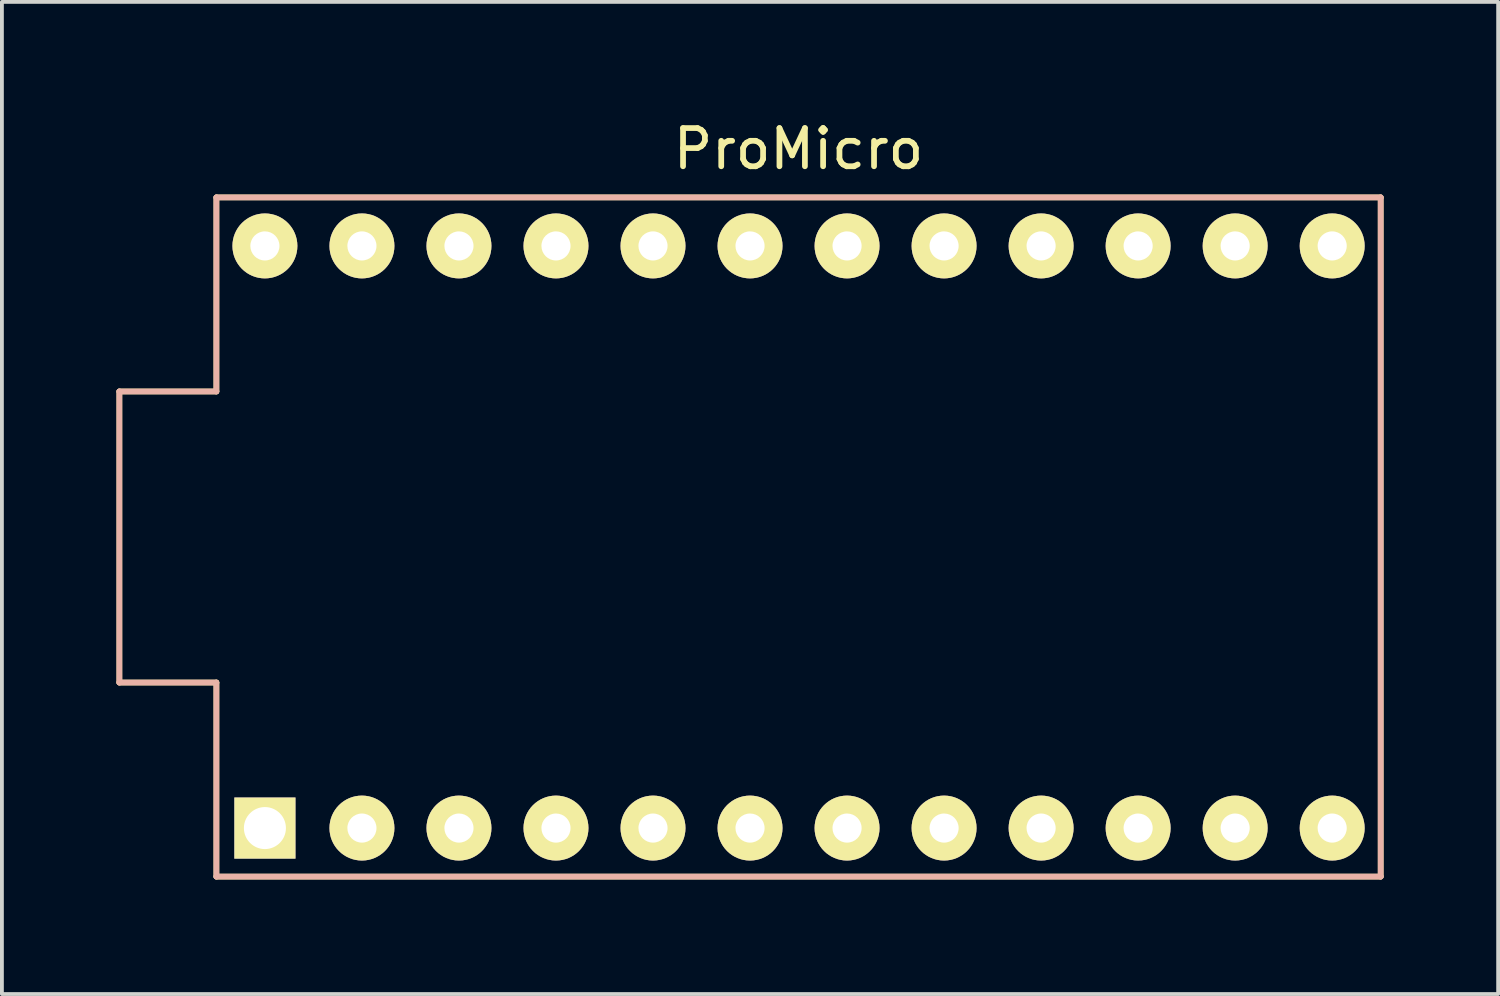
<source format=kicad_pcb>
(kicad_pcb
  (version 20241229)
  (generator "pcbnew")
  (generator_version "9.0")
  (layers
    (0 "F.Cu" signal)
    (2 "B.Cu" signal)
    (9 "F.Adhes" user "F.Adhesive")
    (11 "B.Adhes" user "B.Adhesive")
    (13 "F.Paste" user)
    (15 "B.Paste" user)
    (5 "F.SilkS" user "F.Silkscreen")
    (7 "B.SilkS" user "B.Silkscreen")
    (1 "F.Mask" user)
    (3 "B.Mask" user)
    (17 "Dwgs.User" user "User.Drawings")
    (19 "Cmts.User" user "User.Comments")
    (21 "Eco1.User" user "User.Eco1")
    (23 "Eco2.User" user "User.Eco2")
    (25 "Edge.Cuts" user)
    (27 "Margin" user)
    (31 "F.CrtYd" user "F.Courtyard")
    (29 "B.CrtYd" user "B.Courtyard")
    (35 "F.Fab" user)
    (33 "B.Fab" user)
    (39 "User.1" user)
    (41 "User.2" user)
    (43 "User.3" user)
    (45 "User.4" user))
  (footprint "ProMicro"
    (layer "F.Cu")
    (at 17.855 11.008)
    (property "Reference" "ProMicro" (at 0 -10.16 0) (layer "F.SilkS") (effects (font (size 1 1) (thickness 0.15))))
    (attr through_hole)
    (fp_line (start -17.78 -3.81) (end -15.24 -3.81) (stroke (width 0.15) (type solid)) (layer "F.SilkS"))
    (fp_line (start -17.78 3.81) (end -17.78 -3.81) (stroke (width 0.15) (type solid)) (layer "F.SilkS"))
    (fp_line (start -15.24 -8.89) (end 15.24 -8.89) (stroke (width 0.15) (type solid)) (layer "F.SilkS"))
    (fp_line (start -15.24 -3.81) (end -15.24 -8.89) (stroke (width 0.15) (type solid)) (layer "F.SilkS"))
    (fp_line (start -15.24 3.81) (end -17.78 3.81) (stroke (width 0.15) (type solid)) (layer "F.SilkS"))
    (fp_line (start -15.24 8.89) (end -15.24 3.81) (stroke (width 0.15) (type solid)) (layer "F.SilkS"))
    (fp_line (start -15.24 8.89) (end 15.24 8.89) (stroke (width 0.15) (type solid)) (layer "F.SilkS"))
    (fp_line (start 15.24 -8.89) (end 15.24 8.89) (stroke (width 0.15) (type solid)) (layer "F.SilkS"))
    (fp_line (start -17.78 -3.81) (end -15.24 -3.81) (stroke (width 0.15) (type solid)) (layer "B.SilkS"))
    (fp_line (start -17.78 3.81) (end -17.78 -3.81) (stroke (width 0.15) (type solid)) (layer "B.SilkS"))
    (fp_line (start -15.24 -8.89) (end 15.24 -8.89) (stroke (width 0.15) (type solid)) (layer "B.SilkS"))
    (fp_line (start -15.24 -3.81) (end -15.24 -8.89) (stroke (width 0.15) (type solid)) (layer "B.SilkS"))
    (fp_line (start -15.24 3.81) (end -17.78 3.81) (stroke (width 0.15) (type solid)) (layer "B.SilkS"))
    (fp_line (start -15.24 8.89) (end -15.24 3.81) (stroke (width 0.15) (type solid)) (layer "B.SilkS"))
    (fp_line (start 15.24 -8.89) (end 15.24 8.89) (stroke (width 0.15) (type solid)) (layer "B.SilkS"))
    (fp_line (start 15.24 8.89) (end -15.24 8.89) (stroke (width 0.15) (type solid)) (layer "B.SilkS"))
    (pad "1" thru_hole rect (at -13.97 7.62) (size 1.6 1.6) (drill 1.1) (layers "*.Cu" "*.Mask" "F.SilkS"))
    (pad "2" thru_hole circle (at -11.43 7.62) (size 1.7 1.7) (drill 0.762) (layers "*.Cu" "*.Mask" "F.SilkS"))
    (pad "3" thru_hole circle (at -8.89 7.62) (size 1.7 1.7) (drill 0.762) (layers "*.Cu" "*.Mask" "F.SilkS"))
    (pad "4" thru_hole circle (at -6.35 7.62) (size 1.7 1.7) (drill 0.762) (layers "*.Cu" "*.Mask" "F.SilkS"))
    (pad "5" thru_hole circle (at -3.81 7.62) (size 1.7 1.7) (drill 0.762) (layers "*.Cu" "*.Mask" "F.SilkS"))
    (pad "6" thru_hole circle (at -1.27 7.62) (size 1.7 1.7) (drill 0.762) (layers "*.Cu" "*.Mask" "F.SilkS"))
    (pad "7" thru_hole circle (at 1.27 7.62) (size 1.7 1.7) (drill 0.762) (layers "*.Cu" "*.Mask" "F.SilkS"))
    (pad "8" thru_hole circle (at 3.81 7.62) (size 1.7 1.7) (drill 0.762) (layers "*.Cu" "*.Mask" "F.SilkS"))
    (pad "9" thru_hole circle (at 6.35 7.62) (size 1.7 1.7) (drill 0.762) (layers "*.Cu" "*.Mask" "F.SilkS"))
    (pad "10" thru_hole circle (at 8.89 7.62) (size 1.7 1.7) (drill 0.762) (layers "*.Cu" "*.Mask" "F.SilkS"))
    (pad "11" thru_hole circle (at 11.43 7.62) (size 1.7 1.7) (drill 0.762) (layers "*.Cu" "*.Mask" "F.SilkS"))
    (pad "12" thru_hole circle (at 13.97 7.62) (size 1.7 1.7) (drill 0.762) (layers "*.Cu" "*.Mask" "F.SilkS"))
    (pad "13" thru_hole circle (at 13.97 -7.62) (size 1.7 1.7) (drill 0.762) (layers "*.Cu" "*.Mask" "F.SilkS"))
    (pad "14" thru_hole circle (at 11.43 -7.62) (size 1.7 1.7) (drill 0.762) (layers "*.Cu" "*.Mask" "F.SilkS"))
    (pad "15" thru_hole circle (at 8.89 -7.62) (size 1.7 1.7) (drill 0.762) (layers "*.Cu" "*.Mask" "F.SilkS"))
    (pad "16" thru_hole circle (at 6.35 -7.62) (size 1.7 1.7) (drill 0.762) (layers "*.Cu" "*.Mask" "F.SilkS"))
    (pad "17" thru_hole circle (at 3.81 -7.62) (size 1.7 1.7) (drill 0.762) (layers "*.Cu" "*.Mask" "F.SilkS"))
    (pad "18" thru_hole circle (at 1.27 -7.62) (size 1.7 1.7) (drill 0.762) (layers "*.Cu" "*.Mask" "F.SilkS"))
    (pad "19" thru_hole circle (at -1.27 -7.62) (size 1.7 1.7) (drill 0.762) (layers "*.Cu" "*.Mask" "F.SilkS"))
    (pad "20" thru_hole circle (at -3.81 -7.62) (size 1.7 1.7) (drill 0.762) (layers "*.Cu" "*.Mask" "F.SilkS"))
    (pad "21" thru_hole circle (at -6.35 -7.62) (size 1.7 1.7) (drill 0.762) (layers "*.Cu" "*.Mask" "F.SilkS"))
    (pad "22" thru_hole circle (at -8.89 -7.62) (size 1.7 1.7) (drill 0.762) (layers "*.Cu" "*.Mask" "F.SilkS"))
    (pad "23" thru_hole circle (at -11.43 -7.62) (size 1.7 1.7) (drill 0.762) (layers "*.Cu" "*.Mask" "F.SilkS"))
    (pad "24" thru_hole circle (at -13.97 -7.62) (size 1.7 1.7) (drill 0.762) (layers "*.Cu" "*.Mask" "F.SilkS")))
  (gr_rect
    (start -3 -3)
    (end 36.17 22.973)
    (stroke (width 0.1) (type default))
    (fill no)
    (layer "Edge.Cuts")))
</source>
